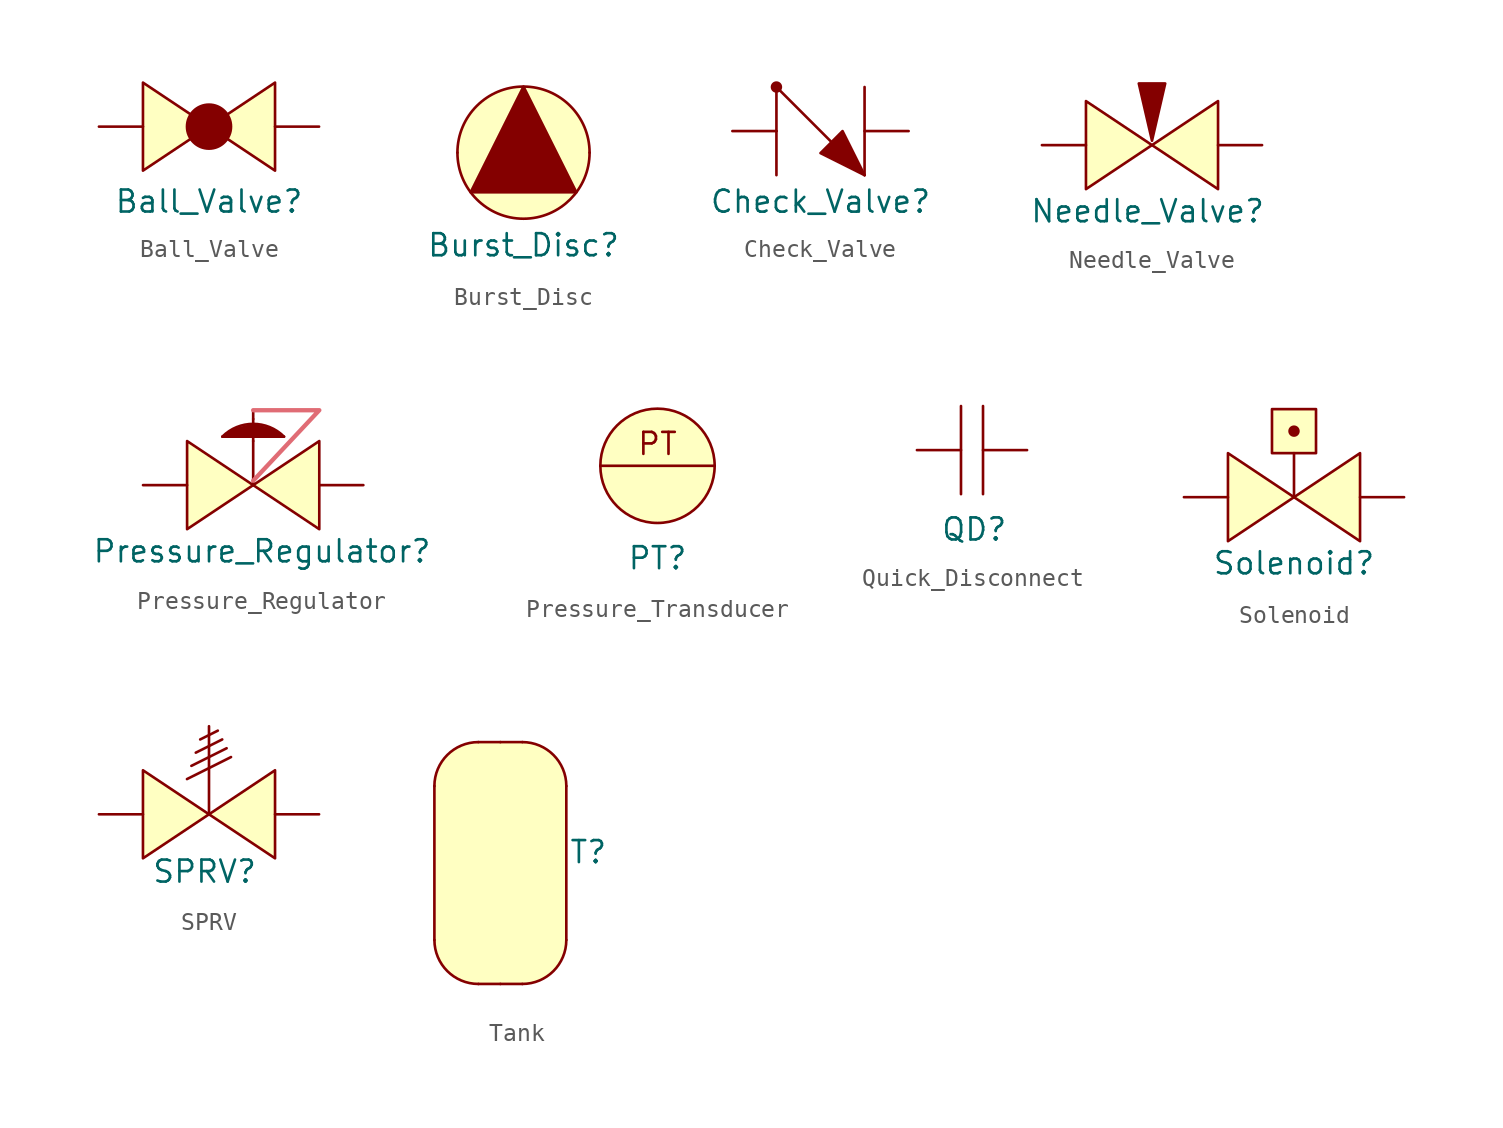
<source format=kicad_sym>
(kicad_symbol_lib
  (version 20231120)
  (generator "kicad_symbol_editor")
  (generator_version "8.0")
  (symbol "Ball_Valve"
    (property "Reference" "Ball_Valve"
      (at 3.81 -4.318 0)
      (effects (font (size 1.27 1.27))))
    (property "Value" ""
      (at 0 0 0)
      (effects (font (size 1.27 1.27))))
    (symbol "Ball_Valve_1_1"
      (polyline (pts (xy 3.81 0) (xy 0 -2.54) (xy 0 2.54) (xy 3.81 0)) (stroke (width 0) (type default)) (fill (type background)))
      (polyline (pts (xy 3.81 0) (xy 7.62 2.54) (xy 7.62 -2.54) (xy 3.81 0)) (stroke (width 0) (type default)) (fill (type background)))
      (circle (center 3.81 0) (radius 1.27) (stroke (width 0) (type default)) (fill (type outline)))
      (pin passive line (at -2.54 0 0) (length 2.54) (name "" (effects (font (size 1.27 1.27)))) (number "" (effects (font (size 1.27 1.27)))))
      (pin passive line (at 10.16 0 180) (length 2.54) (name "" (effects (font (size 1.27 1.27)))) (number "" (effects (font (size 1.27 1.27)))))))
  (symbol "Burst_Disc"
    (property "Reference" "Burst_Disc"
      (at 0 -5.334 0)
      (effects (font (size 1.27 1.27))))
    (property "Value" ""
      (at 0 0 0)
      (effects (font (size 1.27 1.27))))
    (symbol "Burst_Disc_1_1"
      (polyline (pts (xy 0 3.81) (xy -3.048 -2.286) (xy 3.048 -2.286) (xy 0 3.81)) (stroke (width 0) (type default)) (fill (type outline)))
      (circle (center 0 0) (radius 3.81) (stroke (width 0) (type default)) (fill (type background)))
      (pin passive line (at -3.81 0 0) (length 0) (name "" (effects (font (size 1.27 1.27)))) (number "" (effects (font (size 1.27 1.27)))))
      (pin passive line (at 3.81 0 180) (length 0) (name "" (effects (font (size 1.27 1.27)))) (number "" (effects (font (size 1.27 1.27)))))))
  (symbol "Check_Valve"
    (property "Reference" "Check_Valve"
      (at 2.54 -4.064 0)
      (effects (font (size 1.27 1.27))))
    (property "Value" ""
      (at 0 0 0)
      (effects (font (size 1.27 1.27))))
    (symbol "Check_Valve_0_1"
      (polyline (pts (xy 0 0) (xy 0 -2.54)) (stroke (width 0) (type default)) (fill (type none)))
      (polyline (pts (xy 0 0) (xy 0 2.54)) (stroke (width 0) (type default)) (fill (type none)))
      (polyline (pts (xy 0 2.54) (xy 5.08 -2.54)) (stroke (width 0) (type default)) (fill (type none)))
      (polyline (pts (xy 5.08 -2.54) (xy 5.08 2.54)) (stroke (width 0) (type default)) (fill (type none))))
    (symbol "Check_Valve_1_1"
      (polyline (pts (xy 5.08 -2.54) (xy 2.54 -1.27) (xy 3.81 0) (xy 5.08 -2.54)) (stroke (width 0) (type default)) (fill (type outline)))
      (circle (center 0 2.54) (radius 0.254) (stroke (width 0) (type default)) (fill (type outline)))
      (pin passive line (at -2.54 0 0) (length 2.54) (name "" (effects (font (size 1.27 1.27)))) (number "" (effects (font (size 1.27 1.27)))))
      (pin passive line (at 7.62 0 180) (length 2.54) (name "" (effects (font (size 1.27 1.27)))) (number "" (effects (font (size 1.27 1.27)))))))
  (symbol "Needle_Valve"
    (property "Reference" "Needle_Valve"
      (at 3.556 -3.81 0)
      (effects (font (size 1.27 1.27))))
    (property "Value" ""
      (at 0 0 0)
      (effects (font (size 1.27 1.27))))
    (symbol "Needle_Valve_1_1"
      (polyline (pts (xy 3.048 3.556) (xy 3.81 0.254) (xy 4.572 3.556) (xy 3.048 3.556)) (stroke (width 0) (type solid)) (fill (type outline)))
      (polyline (pts (xy 0 0) (xy 0 2.54) (xy 3.81 0) (xy 0 -2.54) (xy 0 0)) (stroke (width 0) (type default)) (fill (type background)))
      (polyline (pts (xy 7.62 0) (xy 7.62 2.54) (xy 3.81 0) (xy 7.62 -2.54) (xy 7.62 0)) (stroke (width 0) (type default)) (fill (type background)))
      (pin passive line (at -2.54 0 0) (length 2.54) (name "" (effects (font (size 1.27 1.27)))) (number "" (effects (font (size 1.27 1.27)))))
      (pin passive line (at 10.16 0 180) (length 2.54) (name "" (effects (font (size 1.27 1.27)))) (number "" (effects (font (size 1.27 1.27)))))))
  (symbol "Pressure_Regulator"
    (property "Reference" "Pressure_Regulator"
      (at 4.318 -3.81 0)
      (effects (font (size 1.27 1.27))))
    (property "Value" ""
      (at 0 0 0)
      (effects (font (size 1.27 1.27))))
    (symbol "Pressure_Regulator_0_1"
      (polyline (pts (xy 2.032 2.794) (xy 5.588 2.794)) (stroke (width 0) (type default)) (fill (type none)))
      (polyline (pts (xy 3.81 0) (xy 3.81 2.54)) (stroke (width 0) (type default)) (fill (type none)))
      (polyline (pts (xy 3.81 2.54) (xy 3.81 2.794)) (stroke (width 0) (type default)) (fill (type none))))
    (symbol "Pressure_Regulator_1_1"
      (polyline (pts (xy 3.81 3.81) (xy 3.81 3.556)) (stroke (width 0) (type default)) (fill (type none)))
      (polyline (pts (xy 3.81 4.318) (xy 3.81 3.81)) (stroke (width 0) (type default)) (fill (type none)))
      (polyline (pts (xy 3.81 0.254) (xy 7.62 4.318) (xy 3.81 4.318)) (stroke (width 0.25) (type default) (color 224 108 117 1)) (fill (type none)))
      (polyline (pts (xy 3.81 0) (xy 7.62 2.54) (xy 7.62 -2.54) (xy 3.81 0)) (stroke (width 0) (type default)) (fill (type background)))
      (polyline (pts (xy 0 0) (xy 0 2.54) (xy 3.81 0) (xy 0 -2.54) (xy 0 0)) (stroke (width 0) (type default)) (fill (type background)))
      (polyline (pts (xy 2.032 2.794) (xy 5.588 2.794) (xy 5.334 3.048) (xy 4.826 3.302) (xy 3.81 3.556) (xy 2.794 3.302) (xy 2.286 3.048) (xy 2.032 2.794)) (stroke (width 0.01) (type default)) (fill (type outline)))
      (arc (start 5.588 2.794) (mid 3.81 3.5305) (end 2.032 2.794) (stroke (width 0) (type default)) (fill (type none)))
      (pin passive line (at -2.54 0 0) (length 2.54) (name "" (effects (font (size 1.27 1.27)))) (number "" (effects (font (size 1.27 1.27)))))
      (pin passive line (at 10.16 0 180) (length 2.54) (name "" (effects (font (size 1.27 1.27)))) (number "" (effects (font (size 1.27 1.27)))))))
  (symbol "Pressure_Transducer"
    (property "Reference" "PT"
      (at 0 -5.334 0)
      (effects (font (size 1.27 1.27))))
    (property "Value" ""
      (at 0 0 0)
      (effects (font (size 1.27 1.27))))
    (symbol "Pressure_Transducer_0_1"
      (polyline (pts (xy -3.302 0) (xy 3.302 0)) (stroke (width 0) (type default)) (fill (type none))))
    (symbol "Pressure_Transducer_1_1"
      (circle (center 0 0) (radius 3.302) (stroke (width 0) (type default)) (fill (type background)))
      (text "PT\n" (at 0 1.27 0) (effects (font (size 1.27 1.27))))
      (pin passive line (at -3.302 0 0) (length 0) (name "" (effects (font (size 1.27 1.27)))) (number "" (effects (font (size 1.27 1.27)))))
      (pin passive line (at 3.302 0 180) (length 0) (name "" (effects (font (size 1.27 1.27)))) (number "" (effects (font (size 1.27 1.27)))))))
  (symbol "Quick_Disconnect"
    (property "Reference" "QD"
      (at 0.762 -4.572 0)
      (effects (font (size 1.27 1.27))))
    (property "Value" ""
      (at 0 0 0)
      (effects (font (size 1.27 1.27))))
    (symbol "Quick_Disconnect_0_1"
      (polyline (pts (xy 1.27 2.54) (xy 1.27 -2.54)) (stroke (width 0) (type default)) (fill (type none)))
      (polyline (pts (xy 0 0) (xy 0 2.54) (xy 0 0) (xy 0 -2.54)) (stroke (width 0) (type default)) (fill (type none))))
    (symbol "Quick_Disconnect_1_1"
      (pin passive line (at -2.54 0 0) (length 2.54) (name "" (effects (font (size 1.27 1.27)))) (number "" (effects (font (size 1.27 1.27)))))
      (pin passive line (at 3.81 0 180) (length 2.54) (name "" (effects (font (size 1.27 1.27)))) (number "" (effects (font (size 1.27 1.27)))))))
  (symbol "Solenoid"
    (property "Reference" "Solenoid"
      (at 3.81 -3.81 0)
      (effects (font (size 1.27 1.27))))
    (property "Value" ""
      (at 0 0 0)
      (effects (font (size 1.27 1.27))))
    (symbol "Solenoid_0_1"
      (polyline (pts (xy 3.81 0) (xy 3.81 2.54)) (stroke (width 0) (type default)) (fill (type none))))
    (symbol "Solenoid_1_1"
      (polyline (pts (xy 3.81 0) (xy 7.62 2.54) (xy 7.62 -2.54) (xy 3.81 0)) (stroke (width 0) (type default)) (fill (type background)))
      (polyline (pts (xy 0 0) (xy 0 2.54) (xy 3.81 0) (xy 0 -2.54) (xy 0 0)) (stroke (width 0) (type default)) (fill (type background)))
      (polyline (pts (xy 3.81 2.54) (xy 2.54 2.54) (xy 2.54 5.08) (xy 5.08 5.08) (xy 5.08 2.54) (xy 3.81 2.54)) (stroke (width 0) (type default)) (fill (type background)))
      (circle (center 3.81 3.81) (radius 0.254) (stroke (width 0) (type default)) (fill (type outline)))
      (pin passive line (at -2.54 0 0) (length 2.54) (name "" (effects (font (size 1.27 1.27)))) (number "" (effects (font (size 1.27 1.27)))))
      (pin passive line (at 10.16 0 180) (length 2.54) (name "" (effects (font (size 1.27 1.27)))) (number "" (effects (font (size 1.27 1.27)))))))
  (symbol "SPRV"
    (property "Reference" "SPRV"
      (at 3.556 -3.302 0)
      (effects (font (size 1.27 1.27))))
    (property "Value" ""
      (at 0 0 0)
      (effects (font (size 1.27 1.27))))
    (symbol "SPRV_0_1"
      (polyline (pts (xy 3.81 0) (xy 3.81 5.08)) (stroke (width 0) (type default)) (fill (type none)))
      (polyline (pts (xy 4.318 4.826) (xy 3.302 4.318)) (stroke (width 0) (type default)) (fill (type none)))
      (polyline (pts (xy 4.572 4.318) (xy 3.048 3.556)) (stroke (width 0) (type default)) (fill (type none)))
      (polyline (pts (xy 4.826 3.81) (xy 2.794 2.794)) (stroke (width 0) (type default)) (fill (type none)))
      (polyline (pts (xy 5.08 3.302) (xy 2.54 2.032)) (stroke (width 0) (type default)) (fill (type none))))
    (symbol "SPRV_1_1"
      (polyline (pts (xy 3.81 0) (xy 7.62 2.54) (xy 7.62 -2.54) (xy 3.81 0)) (stroke (width 0) (type default)) (fill (type background)))
      (polyline (pts (xy 0 0) (xy 0 2.54) (xy 3.81 0) (xy 0 -2.54) (xy 0 0)) (stroke (width 0) (type default)) (fill (type background)))
      (pin passive line (at -2.54 0 0) (length 2.54) (name "" (effects (font (size 1.27 1.27)))) (number "" (effects (font (size 1.27 1.27)))))
      (pin passive line (at 10.16 0 180) (length 2.54) (name "" (effects (font (size 1.27 1.27)))) (number "" (effects (font (size 1.27 1.27)))))))
  (symbol "Tank"
    (property "Reference" "T"
      (at 6.35 5.08 0)
      (effects (font (size 1.27 1.27))))
    (property "Value" ""
      (at 0 0 0)
      (effects (font (size 1.27 1.27))))
    (symbol "Tank_0_1"
      (arc (start -2.54 0) (mid -1.7961 -1.7961) (end 0 -2.54) (stroke (width 0) (type default)) (fill (type none)))
      (polyline (pts (xy -2.54 0) (xy -2.54 8.89)) (stroke (width 0) (type default)) (fill (type none)))
      (polyline (pts (xy 0 -2.54) (xy 2.54 -2.54)) (stroke (width 0) (type default)) (fill (type none)))
      (polyline (pts (xy 0 11.43) (xy 2.54 11.43)) (stroke (width 0) (type default)) (fill (type none)))
      (polyline (pts (xy 5.08 0) (xy 5.08 8.89)) (stroke (width 0) (type default)) (fill (type none)))
      (arc (start 0 11.43) (mid -1.7961 10.6861) (end -2.54 8.89) (stroke (width 0) (type default)) (fill (type none)))
      (arc (start 2.54 -2.54) (mid 4.3361 -1.7961) (end 5.08 0) (stroke (width 0) (type default)) (fill (type none)))
      (arc (start 5.08 8.89) (mid 4.3361 10.6861) (end 2.54 11.43) (stroke (width 0) (type default)) (fill (type none))))
    (symbol "Tank_1_1"
      (polyline (pts (xy -2.54 0) (xy -2.286 -1.016) (xy -2.032 -1.524) (xy -1.524 -2.032) (xy -1.016 -2.286) (xy -0.254 -2.54) (xy 1.524 -2.54) (xy 2.286 -2.54) (xy 3.048 -2.54) (xy 4.064 -2.032) (xy 4.572 -1.524) (xy 4.826 -1.016) (xy 5.08 0) (xy 5.08 3.81) (xy 5.08 8.89) (xy 4.826 9.906) (xy 4.318 10.668) (xy 3.81 11.176) (xy 3.048 11.43) (xy 1.524 11.43) (xy 0.508 11.43) (xy -0.254 11.43) (xy -1.016 11.176) (xy -1.524 10.922) (xy -2.032 10.414) (xy -2.54 9.144) (xy -2.54 0)) (stroke (width -0.0001) (type default)) (fill (type background)))
      (pin passive line (at 1.27 -2.54 90) (length 0) (name "" (effects (font (size 1.27 1.27)))) (number "" (effects (font (size 1.27 1.27)))))
      (pin passive line (at 1.27 11.43 270) (length 0) (name "" (effects (font (size 1.27 1.27)))) (number "" (effects (font (size 1.27 1.27))))))))
</source>
